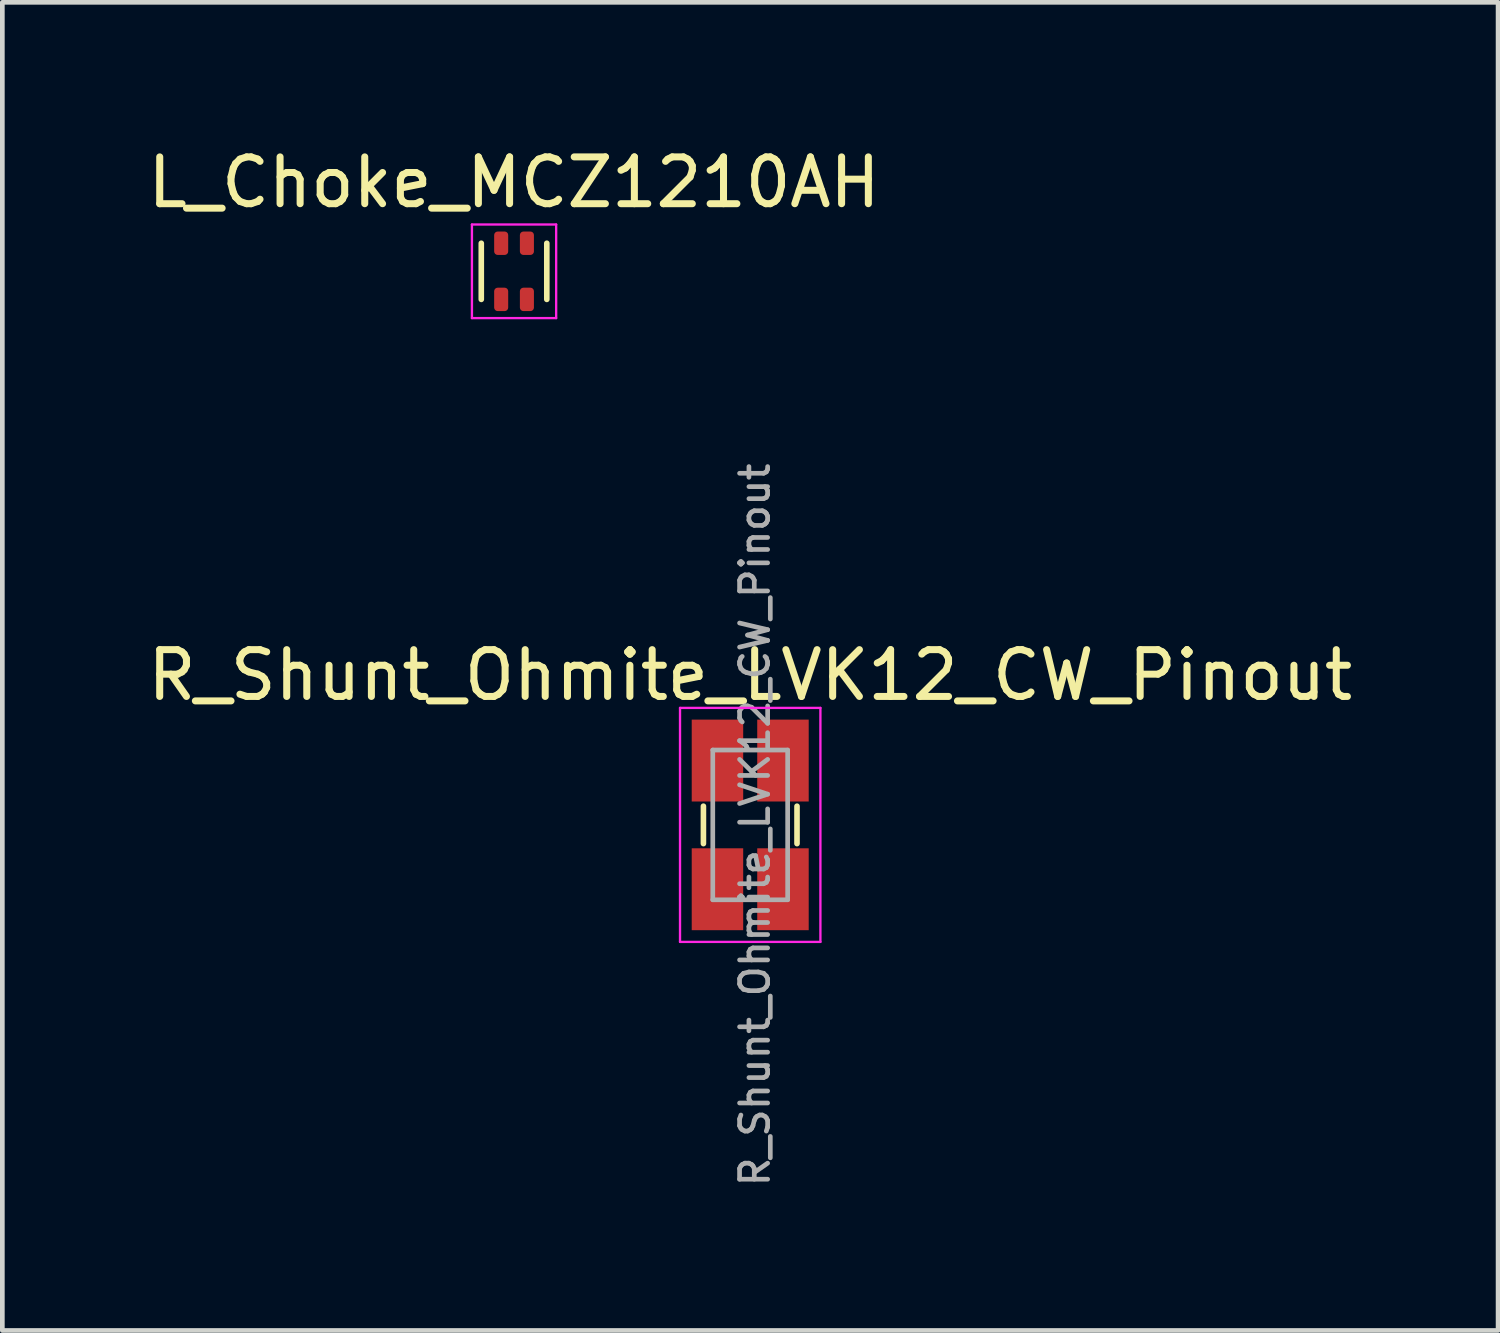
<source format=kicad_pcb>
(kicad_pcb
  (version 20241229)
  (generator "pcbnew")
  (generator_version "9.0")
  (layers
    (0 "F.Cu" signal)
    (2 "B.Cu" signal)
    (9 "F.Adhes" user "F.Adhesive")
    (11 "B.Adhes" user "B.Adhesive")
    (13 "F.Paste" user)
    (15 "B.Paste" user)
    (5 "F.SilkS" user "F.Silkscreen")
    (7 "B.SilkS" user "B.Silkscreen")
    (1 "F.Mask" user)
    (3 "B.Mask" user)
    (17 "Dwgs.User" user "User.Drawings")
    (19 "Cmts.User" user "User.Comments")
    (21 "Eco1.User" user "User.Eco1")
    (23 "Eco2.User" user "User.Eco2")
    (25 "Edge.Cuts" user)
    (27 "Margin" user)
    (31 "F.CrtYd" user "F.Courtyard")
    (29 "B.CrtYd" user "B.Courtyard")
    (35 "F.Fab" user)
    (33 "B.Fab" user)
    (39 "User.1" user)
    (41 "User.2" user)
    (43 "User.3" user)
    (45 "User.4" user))
  (footprint "R_Shunt_Ohmite_LVK12_CW_Pinout"
    (layer "F.Cu")
    (at 12.982 14.578)
    (property "Reference" "R_Shunt_Ohmite_LVK12_CW_Pinout" (at 0 -3.2 180) (layer "F.SilkS") (effects (font (size 1 1) (thickness 0.15))))
    (attr smd)
    (fp_line (start -1 0.4) (end -1 -0.4) (stroke (width 0.12) (type solid)) (layer "F.SilkS"))
    (fp_line (start 1 -0.4) (end 1 0.4) (stroke (width 0.12) (type solid)) (layer "F.SilkS"))
    (fp_line (start -1.5 -2.5) (end 1.5 -2.5) (stroke (width 0.05) (type solid)) (layer "F.CrtYd"))
    (fp_line (start -1.5 2.5) (end -1.5 -2.5) (stroke (width 0.05) (type solid)) (layer "F.CrtYd"))
    (fp_line (start 1.5 -2.5) (end 1.5 2.5) (stroke (width 0.05) (type solid)) (layer "F.CrtYd"))
    (fp_line (start 1.5 2.5) (end -1.5 2.5) (stroke (width 0.05) (type solid)) (layer "F.CrtYd"))
    (fp_line (start -0.8 -1.6) (end -0.8 1.6) (stroke (width 0.1) (type solid)) (layer "F.Fab"))
    (fp_line (start -0.8 1.6) (end 0.8 1.6) (stroke (width 0.1) (type solid)) (layer "F.Fab"))
    (fp_line (start 0.8 -1.6) (end -0.8 -1.6) (stroke (width 0.1) (type solid)) (layer "F.Fab"))
    (fp_line (start 0.8 1.6) (end 0.8 -1.6) (stroke (width 0.1) (type solid)) (layer "F.Fab"))
    (fp_text user "${REFERENCE}" (at 0.1 0 90) (layer "F.Fab") (effects (font (size 0.6 0.6) (thickness 0.1))))
    (pad "1" smd rect (at -0.7 -1.375) (size 1.1 1.75) (layers "F.Cu" "F.Mask" "F.Paste"))
    (pad "2" smd rect (at 0.7 -1.375) (size 1.1 1.75) (layers "F.Cu" "F.Mask" "F.Paste"))
    (pad "3" smd rect (at 0.7 1.375) (size 1.1 1.75) (layers "F.Cu" "F.Mask" "F.Paste"))
    (pad "4" smd rect (at -0.7 1.375) (size 1.1 1.75) (layers "F.Cu" "F.Mask" "F.Paste")))
  (footprint "L_Choke_MCZ1210AH"
    (layer "F.Cu")
    (at 7.935 2.748)
    (property "Reference" "L_Choke_MCZ1210AH" (at 0 -1.9 0) (layer "F.SilkS") (effects (font (size 1 1) (thickness 0.15))))
    (attr through_hole)
    (fp_line (start -0.7 -0.6) (end -0.7 0.6) (stroke (width 0.12) (type solid)) (layer "F.SilkS"))
    (fp_line (start 0.7 -0.6) (end 0.7 0.6) (stroke (width 0.12) (type solid)) (layer "F.SilkS"))
    (fp_line (start -0.9 -1) (end 0.9 -1) (stroke (width 0.05) (type solid)) (layer "F.CrtYd"))
    (fp_line (start -0.9 1) (end -0.9 -1) (stroke (width 0.05) (type solid)) (layer "F.CrtYd"))
    (fp_line (start 0.9 -1) (end 0.9 1) (stroke (width 0.05) (type solid)) (layer "F.CrtYd"))
    (fp_line (start 0.9 1) (end -0.9 1) (stroke (width 0.05) (type solid)) (layer "F.CrtYd"))
    (pad "1" smd roundrect (at -0.275 0.6) (size 0.3 0.5) (layers "F.Cu" "F.Mask" "F.Paste") (roundrect_rratio 0.25))
    (pad "2" smd roundrect (at 0.275 0.6) (size 0.3 0.5) (layers "F.Cu" "F.Mask" "F.Paste") (roundrect_rratio 0.25))
    (pad "3" smd roundrect (at 0.275 -0.6) (size 0.3 0.5) (layers "F.Cu" "F.Mask" "F.Paste") (roundrect_rratio 0.25))
    (pad "4" smd roundrect (at -0.275 -0.6) (size 0.3 0.5) (layers "F.Cu" "F.Mask" "F.Paste") (roundrect_rratio 0.25)))
  (gr_rect
    (start -3 -3)
    (end 28.964 25.382)
    (stroke (width 0.1) (type default))
    (fill no)
    (layer "Edge.Cuts")))
</source>
